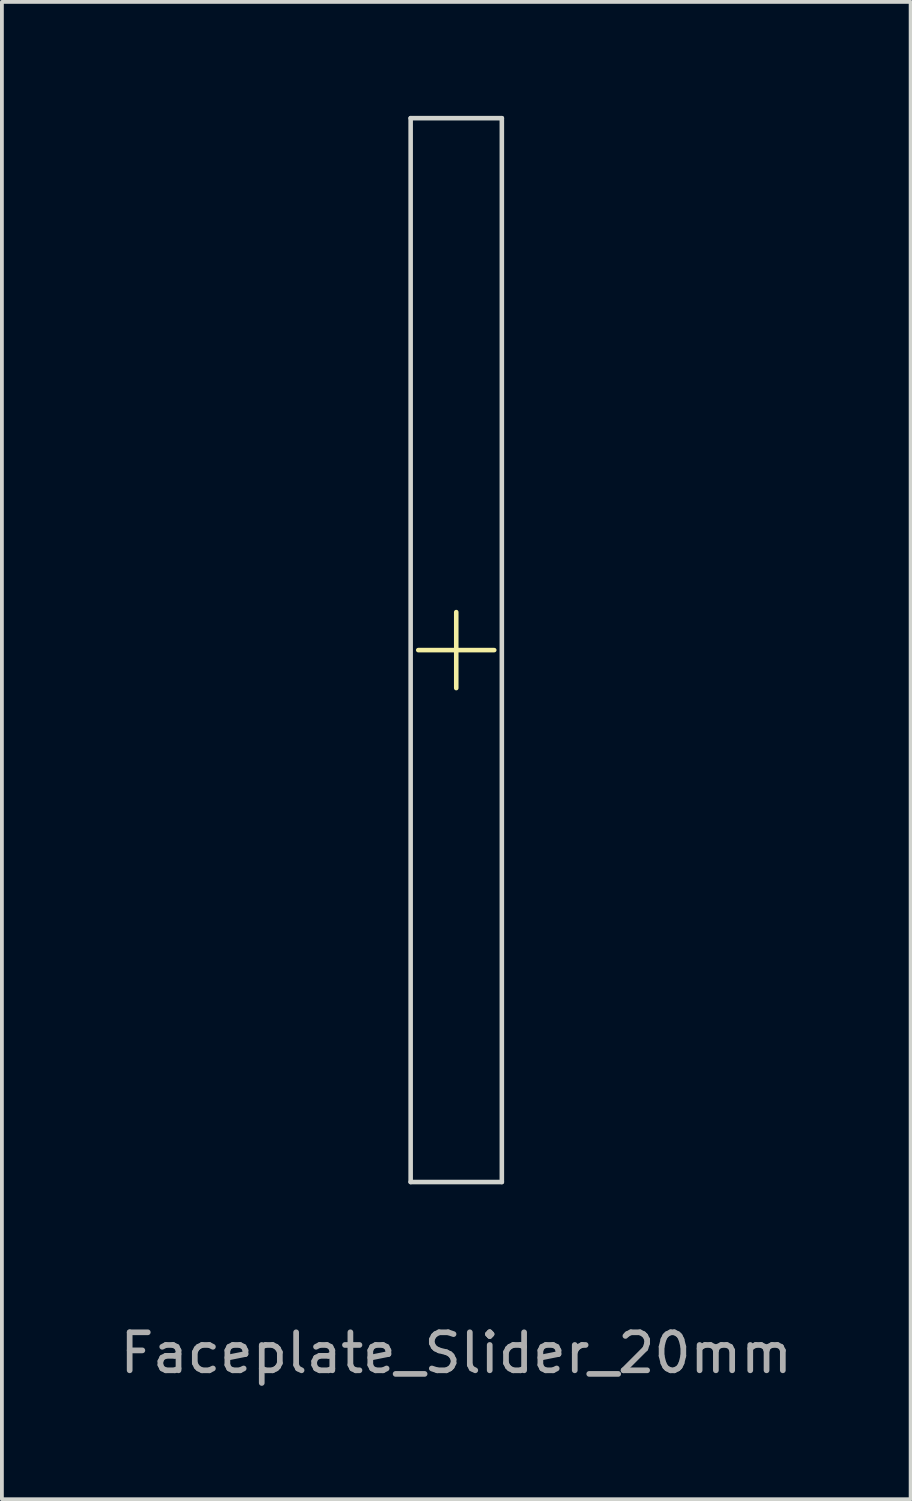
<source format=kicad_pcb>
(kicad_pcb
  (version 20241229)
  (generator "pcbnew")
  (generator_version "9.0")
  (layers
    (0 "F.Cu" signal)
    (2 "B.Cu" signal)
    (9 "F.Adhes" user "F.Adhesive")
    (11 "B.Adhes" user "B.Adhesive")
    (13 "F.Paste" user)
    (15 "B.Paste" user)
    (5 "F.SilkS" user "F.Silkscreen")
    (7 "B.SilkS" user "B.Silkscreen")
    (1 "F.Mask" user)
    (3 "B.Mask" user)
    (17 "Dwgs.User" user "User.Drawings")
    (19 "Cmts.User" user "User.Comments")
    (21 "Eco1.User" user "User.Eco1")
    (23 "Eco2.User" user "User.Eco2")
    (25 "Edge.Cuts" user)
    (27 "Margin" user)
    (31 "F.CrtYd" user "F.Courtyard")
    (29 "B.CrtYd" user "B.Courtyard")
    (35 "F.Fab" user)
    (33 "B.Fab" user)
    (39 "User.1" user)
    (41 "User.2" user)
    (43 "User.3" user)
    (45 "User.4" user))
  (footprint "Faceplate_Slider_20mm"
    (layer "F.Cu")
    (at 8.958 14.06)
    (property "Reference" "Faceplate_Slider_20mm" (at 0 18.5 0) (layer "F.Fab") (effects (font (size 1 1) (thickness 0.15))))
    (attr through_hole)
    (fp_line (start -1 0) (end 1 0) (stroke (width 0.12) (type solid)) (layer "F.SilkS"))
    (fp_line (start 0 -1) (end 0 1) (stroke (width 0.12) (type solid)) (layer "F.SilkS"))
    (fp_line (start -1.2 -14) (end 1.2 -14) (stroke (width 0.12) (type solid)) (layer "Edge.Cuts"))
    (fp_line (start -1.2 14) (end -1.2 -14) (stroke (width 0.12) (type solid)) (layer "Edge.Cuts"))
    (fp_line (start 1.2 -14) (end 1.2 14) (stroke (width 0.12) (type solid)) (layer "Edge.Cuts"))
    (fp_line (start 1.2 14) (end -1.2 14) (stroke (width 0.12) (type solid)) (layer "Edge.Cuts")))
  (gr_rect
    (start -3 -3)
    (end 20.917 36.408)
    (stroke (width 0.1) (type default))
    (fill no)
    (layer "Edge.Cuts")))
</source>
